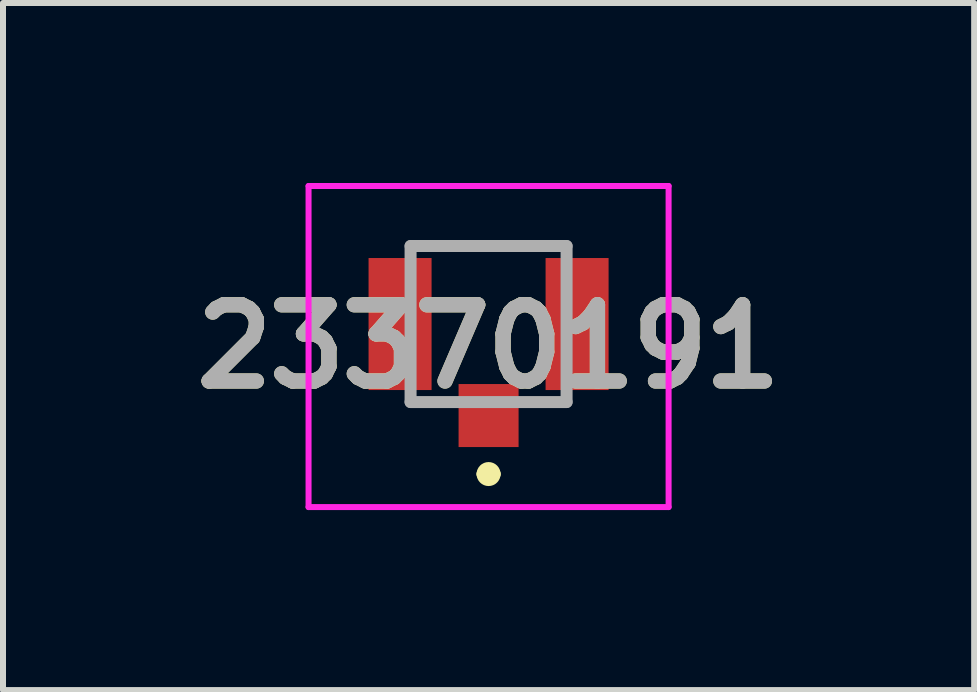
<source format=kicad_pcb>
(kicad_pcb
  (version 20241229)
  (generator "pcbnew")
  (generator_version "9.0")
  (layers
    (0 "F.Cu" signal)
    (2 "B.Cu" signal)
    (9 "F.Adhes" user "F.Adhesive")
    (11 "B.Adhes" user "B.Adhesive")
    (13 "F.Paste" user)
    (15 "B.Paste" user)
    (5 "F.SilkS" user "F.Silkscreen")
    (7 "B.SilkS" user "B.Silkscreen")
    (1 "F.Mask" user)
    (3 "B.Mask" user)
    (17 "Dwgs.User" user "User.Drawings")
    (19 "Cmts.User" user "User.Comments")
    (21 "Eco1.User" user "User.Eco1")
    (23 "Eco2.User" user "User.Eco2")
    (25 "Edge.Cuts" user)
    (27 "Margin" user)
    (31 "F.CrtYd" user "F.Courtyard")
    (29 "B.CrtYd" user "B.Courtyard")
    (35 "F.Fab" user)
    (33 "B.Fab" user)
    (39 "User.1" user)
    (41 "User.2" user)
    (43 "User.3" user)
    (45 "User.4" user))
  (footprint "23370191"
    (layer "F.Cu")
    (at 5.092 2.35)
    (property "Reference" "23370191" (at 0 0.375 0) (layer "F.SilkS") (effects (font (size 1.27 1.27) (thickness 0.254))))
    (attr smd)
    (fp_line (start -1.3 -1.3) (end 1.3 -1.3) (stroke (width 0.1) (type solid)) (layer "F.SilkS"))
    (fp_line (start -0.1 2.5) (end -0.1 2.5) (stroke (width 0.2) (type solid)) (layer "F.SilkS"))
    (fp_line (start 0.1 2.5) (end 0.1 2.5) (stroke (width 0.2) (type solid)) (layer "F.SilkS"))
    (fp_arc (start -0.1 2.5) (mid 0 2.4) (end 0.1 2.5) (stroke (width 0.2) (type solid)) (layer "F.SilkS"))
    (fp_arc (start 0.1 2.5) (mid 0 2.6) (end -0.1 2.5) (stroke (width 0.2) (type solid)) (layer "F.SilkS"))
    (fp_line (start -3 -2.3) (end 3 -2.3) (stroke (width 0.1) (type solid)) (layer "F.CrtYd"))
    (fp_line (start -3 3.05) (end -3 -2.3) (stroke (width 0.1) (type solid)) (layer "F.CrtYd"))
    (fp_line (start 3 -2.3) (end 3 3.05) (stroke (width 0.1) (type solid)) (layer "F.CrtYd"))
    (fp_line (start 3 3.05) (end -3 3.05) (stroke (width 0.1) (type solid)) (layer "F.CrtYd"))
    (fp_line (start -1.3 -1.3) (end 1.3 -1.3) (stroke (width 0.2) (type solid)) (layer "F.Fab"))
    (fp_line (start -1.3 1.3) (end -1.3 -1.3) (stroke (width 0.2) (type solid)) (layer "F.Fab"))
    (fp_line (start 1.3 -1.3) (end 1.3 1.3) (stroke (width 0.2) (type solid)) (layer "F.Fab"))
    (fp_line (start 1.3 1.3) (end -1.3 1.3) (stroke (width 0.2) (type solid)) (layer "F.Fab"))
    (fp_text user "${REFERENCE}" (at 0 0.375 0) (layer "F.Fab") (effects (font (size 1.27 1.27) (thickness 0.254))))
    (pad "1" smd rect (at 0 1.525) (size 1 1.05) (layers "F.Cu" "F.Mask" "F.Paste"))
    (pad "2" smd rect (at -1.475 0) (size 1.05 2.2) (layers "F.Cu" "F.Mask" "F.Paste"))
    (pad "3" smd rect (at 1.475 0) (size 1.05 2.2) (layers "F.Cu" "F.Mask" "F.Paste")))
  (gr_rect
    (start -3 -3)
    (end 13.184 8.45)
    (stroke (width 0.1) (type default))
    (fill no)
    (layer "Edge.Cuts")))
</source>
